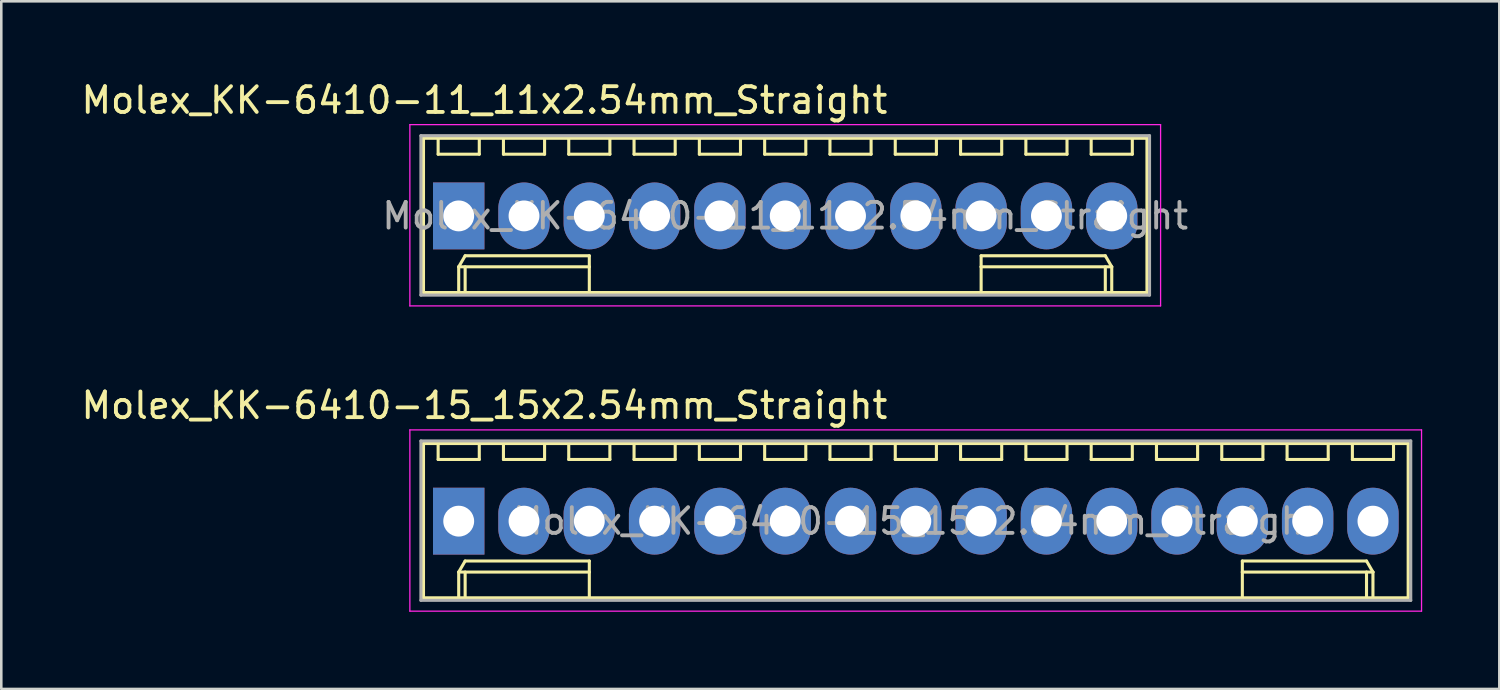
<source format=kicad_pcb>
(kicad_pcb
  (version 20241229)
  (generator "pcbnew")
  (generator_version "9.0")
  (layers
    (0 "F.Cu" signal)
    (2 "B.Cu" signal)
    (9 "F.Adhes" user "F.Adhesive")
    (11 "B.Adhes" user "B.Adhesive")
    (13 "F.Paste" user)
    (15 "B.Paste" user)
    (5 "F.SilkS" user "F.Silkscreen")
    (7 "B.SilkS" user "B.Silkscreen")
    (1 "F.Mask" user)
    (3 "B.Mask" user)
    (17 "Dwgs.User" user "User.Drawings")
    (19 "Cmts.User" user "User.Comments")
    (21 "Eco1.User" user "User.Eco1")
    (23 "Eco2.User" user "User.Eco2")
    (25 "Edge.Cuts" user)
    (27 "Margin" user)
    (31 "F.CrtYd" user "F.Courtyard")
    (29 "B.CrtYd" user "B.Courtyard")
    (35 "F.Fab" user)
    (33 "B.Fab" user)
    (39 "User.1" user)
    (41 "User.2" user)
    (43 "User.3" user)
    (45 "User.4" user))
  (footprint "Molex_KK-6410-11_11x2.54mm_Straight"
    (layer "F.Cu")
    (at 14.792 5.348)
    (property "Reference" "Molex_KK-6410-11_11x2.54mm_Straight" (at 1 -4.5 0) (layer "F.SilkS") (effects (font (size 1 1) (thickness 0.15))))
    (attr through_hole)
    (fp_line (start -1.37 -3.02) (end -1.37 2.98) (stroke (width 0.12) (type solid)) (layer "F.SilkS"))
    (fp_line (start -1.37 2.98) (end 26.77 2.98) (stroke (width 0.12) (type solid)) (layer "F.SilkS"))
    (fp_line (start -0.8 -3.02) (end -0.8 -2.4) (stroke (width 0.12) (type solid)) (layer "F.SilkS"))
    (fp_line (start -0.8 -2.4) (end 0.8 -2.4) (stroke (width 0.12) (type solid)) (layer "F.SilkS"))
    (fp_line (start 0 1.98) (end 0.25 1.55) (stroke (width 0.12) (type solid)) (layer "F.SilkS"))
    (fp_line (start 0 1.98) (end 5.08 1.98) (stroke (width 0.12) (type solid)) (layer "F.SilkS"))
    (fp_line (start 0 2.98) (end 0 1.98) (stroke (width 0.12) (type solid)) (layer "F.SilkS"))
    (fp_line (start 0.25 1.55) (end 5.08 1.55) (stroke (width 0.12) (type solid)) (layer "F.SilkS"))
    (fp_line (start 0.25 2.98) (end 0.25 1.98) (stroke (width 0.12) (type solid)) (layer "F.SilkS"))
    (fp_line (start 0.8 -2.4) (end 0.8 -3.02) (stroke (width 0.12) (type solid)) (layer "F.SilkS"))
    (fp_line (start 1.74 -3.02) (end 1.74 -2.4) (stroke (width 0.12) (type solid)) (layer "F.SilkS"))
    (fp_line (start 1.74 -2.4) (end 3.34 -2.4) (stroke (width 0.12) (type solid)) (layer "F.SilkS"))
    (fp_line (start 3.34 -2.4) (end 3.34 -3.02) (stroke (width 0.12) (type solid)) (layer "F.SilkS"))
    (fp_line (start 4.28 -3.02) (end 4.28 -2.4) (stroke (width 0.12) (type solid)) (layer "F.SilkS"))
    (fp_line (start 4.28 -2.4) (end 5.88 -2.4) (stroke (width 0.12) (type solid)) (layer "F.SilkS"))
    (fp_line (start 5.08 1.55) (end 5.08 1.98) (stroke (width 0.12) (type solid)) (layer "F.SilkS"))
    (fp_line (start 5.08 1.98) (end 5.08 2.98) (stroke (width 0.12) (type solid)) (layer "F.SilkS"))
    (fp_line (start 5.88 -2.4) (end 5.88 -3.02) (stroke (width 0.12) (type solid)) (layer "F.SilkS"))
    (fp_line (start 6.82 -3.02) (end 6.82 -2.4) (stroke (width 0.12) (type solid)) (layer "F.SilkS"))
    (fp_line (start 6.82 -2.4) (end 8.42 -2.4) (stroke (width 0.12) (type solid)) (layer "F.SilkS"))
    (fp_line (start 8.42 -2.4) (end 8.42 -3.02) (stroke (width 0.12) (type solid)) (layer "F.SilkS"))
    (fp_line (start 9.36 -3.02) (end 9.36 -2.4) (stroke (width 0.12) (type solid)) (layer "F.SilkS"))
    (fp_line (start 9.36 -2.4) (end 10.96 -2.4) (stroke (width 0.12) (type solid)) (layer "F.SilkS"))
    (fp_line (start 10.96 -2.4) (end 10.96 -3.02) (stroke (width 0.12) (type solid)) (layer "F.SilkS"))
    (fp_line (start 11.9 -3.02) (end 11.9 -2.4) (stroke (width 0.12) (type solid)) (layer "F.SilkS"))
    (fp_line (start 11.9 -2.4) (end 13.5 -2.4) (stroke (width 0.12) (type solid)) (layer "F.SilkS"))
    (fp_line (start 13.5 -2.4) (end 13.5 -3.02) (stroke (width 0.12) (type solid)) (layer "F.SilkS"))
    (fp_line (start 14.44 -3.02) (end 14.44 -2.4) (stroke (width 0.12) (type solid)) (layer "F.SilkS"))
    (fp_line (start 14.44 -2.4) (end 16.04 -2.4) (stroke (width 0.12) (type solid)) (layer "F.SilkS"))
    (fp_line (start 16.04 -2.4) (end 16.04 -3.02) (stroke (width 0.12) (type solid)) (layer "F.SilkS"))
    (fp_line (start 16.98 -3.02) (end 16.98 -2.4) (stroke (width 0.12) (type solid)) (layer "F.SilkS"))
    (fp_line (start 16.98 -2.4) (end 18.58 -2.4) (stroke (width 0.12) (type solid)) (layer "F.SilkS"))
    (fp_line (start 18.58 -2.4) (end 18.58 -3.02) (stroke (width 0.12) (type solid)) (layer "F.SilkS"))
    (fp_line (start 19.52 -3.02) (end 19.52 -2.4) (stroke (width 0.12) (type solid)) (layer "F.SilkS"))
    (fp_line (start 19.52 -2.4) (end 21.12 -2.4) (stroke (width 0.12) (type solid)) (layer "F.SilkS"))
    (fp_line (start 20.32 1.55) (end 20.32 1.98) (stroke (width 0.12) (type solid)) (layer "F.SilkS"))
    (fp_line (start 20.32 1.98) (end 20.32 2.98) (stroke (width 0.12) (type solid)) (layer "F.SilkS"))
    (fp_line (start 21.12 -2.4) (end 21.12 -3.02) (stroke (width 0.12) (type solid)) (layer "F.SilkS"))
    (fp_line (start 22.06 -3.02) (end 22.06 -2.4) (stroke (width 0.12) (type solid)) (layer "F.SilkS"))
    (fp_line (start 22.06 -2.4) (end 23.66 -2.4) (stroke (width 0.12) (type solid)) (layer "F.SilkS"))
    (fp_line (start 23.66 -2.4) (end 23.66 -3.02) (stroke (width 0.12) (type solid)) (layer "F.SilkS"))
    (fp_line (start 24.6 -3.02) (end 24.6 -2.4) (stroke (width 0.12) (type solid)) (layer "F.SilkS"))
    (fp_line (start 24.6 -2.4) (end 26.2 -2.4) (stroke (width 0.12) (type solid)) (layer "F.SilkS"))
    (fp_line (start 25.15 1.55) (end 20.32 1.55) (stroke (width 0.12) (type solid)) (layer "F.SilkS"))
    (fp_line (start 25.15 2.98) (end 25.15 1.98) (stroke (width 0.12) (type solid)) (layer "F.SilkS"))
    (fp_line (start 25.4 1.98) (end 20.32 1.98) (stroke (width 0.12) (type solid)) (layer "F.SilkS"))
    (fp_line (start 25.4 1.98) (end 25.15 1.55) (stroke (width 0.12) (type solid)) (layer "F.SilkS"))
    (fp_line (start 25.4 2.98) (end 25.4 1.98) (stroke (width 0.12) (type solid)) (layer "F.SilkS"))
    (fp_line (start 26.2 -2.4) (end 26.2 -3.02) (stroke (width 0.12) (type solid)) (layer "F.SilkS"))
    (fp_line (start 26.77 -3.02) (end -1.37 -3.02) (stroke (width 0.12) (type solid)) (layer "F.SilkS"))
    (fp_line (start 26.77 2.98) (end 26.77 -3.02) (stroke (width 0.12) (type solid)) (layer "F.SilkS"))
    (fp_line (start -1.9 -3.55) (end 27.3 -3.55) (stroke (width 0.05) (type solid)) (layer "F.CrtYd"))
    (fp_line (start -1.9 3.5) (end -1.9 -3.55) (stroke (width 0.05) (type solid)) (layer "F.CrtYd"))
    (fp_line (start 27.3 -3.55) (end 27.3 3.5) (stroke (width 0.05) (type solid)) (layer "F.CrtYd"))
    (fp_line (start 27.3 3.5) (end -1.9 3.5) (stroke (width 0.05) (type solid)) (layer "F.CrtYd"))
    (fp_line (start -1.47 -3.12) (end -1.47 3.08) (stroke (width 0.12) (type solid)) (layer "F.Fab"))
    (fp_line (start -1.47 3.08) (end 26.87 3.08) (stroke (width 0.12) (type solid)) (layer "F.Fab"))
    (fp_line (start 26.87 -3.12) (end -1.47 -3.12) (stroke (width 0.12) (type solid)) (layer "F.Fab"))
    (fp_line (start 26.87 3.08) (end 26.87 -3.12) (stroke (width 0.12) (type solid)) (layer "F.Fab"))
    (fp_text user "${REFERENCE}" (at 12.7 0 0) (layer "F.Fab") (effects (font (size 1 1) (thickness 0.15))))
    (pad "1" thru_hole rect (at 0 0) (size 2 2.6) (drill 1.2) (layers "*.Cu" "*.Mask"))
    (pad "2" thru_hole oval (at 2.54 0) (size 2 2.6) (drill 1.2) (layers "*.Cu" "*.Mask"))
    (pad "3" thru_hole oval (at 5.08 0) (size 2 2.6) (drill 1.2) (layers "*.Cu" "*.Mask"))
    (pad "4" thru_hole oval (at 7.62 0) (size 2 2.6) (drill 1.2) (layers "*.Cu" "*.Mask"))
    (pad "5" thru_hole oval (at 10.16 0) (size 2 2.6) (drill 1.2) (layers "*.Cu" "*.Mask"))
    (pad "6" thru_hole oval (at 12.7 0) (size 2 2.6) (drill 1.2) (layers "*.Cu" "*.Mask"))
    (pad "7" thru_hole oval (at 15.24 0) (size 2 2.6) (drill 1.2) (layers "*.Cu" "*.Mask"))
    (pad "8" thru_hole oval (at 17.78 0) (size 2 2.6) (drill 1.2) (layers "*.Cu" "*.Mask"))
    (pad "9" thru_hole oval (at 20.32 0) (size 2 2.6) (drill 1.2) (layers "*.Cu" "*.Mask"))
    (pad "10" thru_hole oval (at 22.86 0) (size 2 2.6) (drill 1.2) (layers "*.Cu" "*.Mask"))
    (pad "11" thru_hole oval (at 25.4 0) (size 2 2.6) (drill 1.2) (layers "*.Cu" "*.Mask")))
  (footprint "Molex_KK-6410-15_15x2.54mm_Straight"
    (layer "F.Cu")
    (at 14.792 17.221)
    (property "Reference" "Molex_KK-6410-15_15x2.54mm_Straight" (at 1 -4.5 0) (layer "F.SilkS") (effects (font (size 1 1) (thickness 0.15))))
    (attr through_hole)
    (fp_line (start -1.37 -3.02) (end -1.37 2.98) (stroke (width 0.12) (type solid)) (layer "F.SilkS"))
    (fp_line (start -1.37 2.98) (end 36.93 2.98) (stroke (width 0.12) (type solid)) (layer "F.SilkS"))
    (fp_line (start -0.8 -3.02) (end -0.8 -2.4) (stroke (width 0.12) (type solid)) (layer "F.SilkS"))
    (fp_line (start -0.8 -2.4) (end 0.8 -2.4) (stroke (width 0.12) (type solid)) (layer "F.SilkS"))
    (fp_line (start 0 1.98) (end 0.25 1.55) (stroke (width 0.12) (type solid)) (layer "F.SilkS"))
    (fp_line (start 0 1.98) (end 5.08 1.98) (stroke (width 0.12) (type solid)) (layer "F.SilkS"))
    (fp_line (start 0 2.98) (end 0 1.98) (stroke (width 0.12) (type solid)) (layer "F.SilkS"))
    (fp_line (start 0.25 1.55) (end 5.08 1.55) (stroke (width 0.12) (type solid)) (layer "F.SilkS"))
    (fp_line (start 0.25 2.98) (end 0.25 1.98) (stroke (width 0.12) (type solid)) (layer "F.SilkS"))
    (fp_line (start 0.8 -2.4) (end 0.8 -3.02) (stroke (width 0.12) (type solid)) (layer "F.SilkS"))
    (fp_line (start 1.74 -3.02) (end 1.74 -2.4) (stroke (width 0.12) (type solid)) (layer "F.SilkS"))
    (fp_line (start 1.74 -2.4) (end 3.34 -2.4) (stroke (width 0.12) (type solid)) (layer "F.SilkS"))
    (fp_line (start 3.34 -2.4) (end 3.34 -3.02) (stroke (width 0.12) (type solid)) (layer "F.SilkS"))
    (fp_line (start 4.28 -3.02) (end 4.28 -2.4) (stroke (width 0.12) (type solid)) (layer "F.SilkS"))
    (fp_line (start 4.28 -2.4) (end 5.88 -2.4) (stroke (width 0.12) (type solid)) (layer "F.SilkS"))
    (fp_line (start 5.08 1.55) (end 5.08 1.98) (stroke (width 0.12) (type solid)) (layer "F.SilkS"))
    (fp_line (start 5.08 1.98) (end 5.08 2.98) (stroke (width 0.12) (type solid)) (layer "F.SilkS"))
    (fp_line (start 5.88 -2.4) (end 5.88 -3.02) (stroke (width 0.12) (type solid)) (layer "F.SilkS"))
    (fp_line (start 6.82 -3.02) (end 6.82 -2.4) (stroke (width 0.12) (type solid)) (layer "F.SilkS"))
    (fp_line (start 6.82 -2.4) (end 8.42 -2.4) (stroke (width 0.12) (type solid)) (layer "F.SilkS"))
    (fp_line (start 8.42 -2.4) (end 8.42 -3.02) (stroke (width 0.12) (type solid)) (layer "F.SilkS"))
    (fp_line (start 9.36 -3.02) (end 9.36 -2.4) (stroke (width 0.12) (type solid)) (layer "F.SilkS"))
    (fp_line (start 9.36 -2.4) (end 10.96 -2.4) (stroke (width 0.12) (type solid)) (layer "F.SilkS"))
    (fp_line (start 10.96 -2.4) (end 10.96 -3.02) (stroke (width 0.12) (type solid)) (layer "F.SilkS"))
    (fp_line (start 11.9 -3.02) (end 11.9 -2.4) (stroke (width 0.12) (type solid)) (layer "F.SilkS"))
    (fp_line (start 11.9 -2.4) (end 13.5 -2.4) (stroke (width 0.12) (type solid)) (layer "F.SilkS"))
    (fp_line (start 13.5 -2.4) (end 13.5 -3.02) (stroke (width 0.12) (type solid)) (layer "F.SilkS"))
    (fp_line (start 14.44 -3.02) (end 14.44 -2.4) (stroke (width 0.12) (type solid)) (layer "F.SilkS"))
    (fp_line (start 14.44 -2.4) (end 16.04 -2.4) (stroke (width 0.12) (type solid)) (layer "F.SilkS"))
    (fp_line (start 16.04 -2.4) (end 16.04 -3.02) (stroke (width 0.12) (type solid)) (layer "F.SilkS"))
    (fp_line (start 16.98 -3.02) (end 16.98 -2.4) (stroke (width 0.12) (type solid)) (layer "F.SilkS"))
    (fp_line (start 16.98 -2.4) (end 18.58 -2.4) (stroke (width 0.12) (type solid)) (layer "F.SilkS"))
    (fp_line (start 18.58 -2.4) (end 18.58 -3.02) (stroke (width 0.12) (type solid)) (layer "F.SilkS"))
    (fp_line (start 19.52 -3.02) (end 19.52 -2.4) (stroke (width 0.12) (type solid)) (layer "F.SilkS"))
    (fp_line (start 19.52 -2.4) (end 21.12 -2.4) (stroke (width 0.12) (type solid)) (layer "F.SilkS"))
    (fp_line (start 21.12 -2.4) (end 21.12 -3.02) (stroke (width 0.12) (type solid)) (layer "F.SilkS"))
    (fp_line (start 22.06 -3.02) (end 22.06 -2.4) (stroke (width 0.12) (type solid)) (layer "F.SilkS"))
    (fp_line (start 22.06 -2.4) (end 23.66 -2.4) (stroke (width 0.12) (type solid)) (layer "F.SilkS"))
    (fp_line (start 23.66 -2.4) (end 23.66 -3.02) (stroke (width 0.12) (type solid)) (layer "F.SilkS"))
    (fp_line (start 24.6 -3.02) (end 24.6 -2.4) (stroke (width 0.12) (type solid)) (layer "F.SilkS"))
    (fp_line (start 24.6 -2.4) (end 26.2 -2.4) (stroke (width 0.12) (type solid)) (layer "F.SilkS"))
    (fp_line (start 26.2 -2.4) (end 26.2 -3.02) (stroke (width 0.12) (type solid)) (layer "F.SilkS"))
    (fp_line (start 27.14 -3.02) (end 27.14 -2.4) (stroke (width 0.12) (type solid)) (layer "F.SilkS"))
    (fp_line (start 27.14 -2.4) (end 28.74 -2.4) (stroke (width 0.12) (type solid)) (layer "F.SilkS"))
    (fp_line (start 28.74 -2.4) (end 28.74 -3.02) (stroke (width 0.12) (type solid)) (layer "F.SilkS"))
    (fp_line (start 29.68 -3.02) (end 29.68 -2.4) (stroke (width 0.12) (type solid)) (layer "F.SilkS"))
    (fp_line (start 29.68 -2.4) (end 31.28 -2.4) (stroke (width 0.12) (type solid)) (layer "F.SilkS"))
    (fp_line (start 30.48 1.55) (end 30.48 1.98) (stroke (width 0.12) (type solid)) (layer "F.SilkS"))
    (fp_line (start 30.48 1.98) (end 30.48 2.98) (stroke (width 0.12) (type solid)) (layer "F.SilkS"))
    (fp_line (start 31.28 -2.4) (end 31.28 -3.02) (stroke (width 0.12) (type solid)) (layer "F.SilkS"))
    (fp_line (start 32.22 -3.02) (end 32.22 -2.4) (stroke (width 0.12) (type solid)) (layer "F.SilkS"))
    (fp_line (start 32.22 -2.4) (end 33.82 -2.4) (stroke (width 0.12) (type solid)) (layer "F.SilkS"))
    (fp_line (start 33.82 -2.4) (end 33.82 -3.02) (stroke (width 0.12) (type solid)) (layer "F.SilkS"))
    (fp_line (start 34.76 -3.02) (end 34.76 -2.4) (stroke (width 0.12) (type solid)) (layer "F.SilkS"))
    (fp_line (start 34.76 -2.4) (end 36.36 -2.4) (stroke (width 0.12) (type solid)) (layer "F.SilkS"))
    (fp_line (start 35.31 1.55) (end 30.48 1.55) (stroke (width 0.12) (type solid)) (layer "F.SilkS"))
    (fp_line (start 35.31 2.98) (end 35.31 1.98) (stroke (width 0.12) (type solid)) (layer "F.SilkS"))
    (fp_line (start 35.56 1.98) (end 30.48 1.98) (stroke (width 0.12) (type solid)) (layer "F.SilkS"))
    (fp_line (start 35.56 1.98) (end 35.31 1.55) (stroke (width 0.12) (type solid)) (layer "F.SilkS"))
    (fp_line (start 35.56 2.98) (end 35.56 1.98) (stroke (width 0.12) (type solid)) (layer "F.SilkS"))
    (fp_line (start 36.36 -2.4) (end 36.36 -3.02) (stroke (width 0.12) (type solid)) (layer "F.SilkS"))
    (fp_line (start 36.93 -3.02) (end -1.37 -3.02) (stroke (width 0.12) (type solid)) (layer "F.SilkS"))
    (fp_line (start 36.93 2.98) (end 36.93 -3.02) (stroke (width 0.12) (type solid)) (layer "F.SilkS"))
    (fp_line (start -1.9 -3.55) (end 37.45 -3.55) (stroke (width 0.05) (type solid)) (layer "F.CrtYd"))
    (fp_line (start -1.9 3.5) (end -1.9 -3.55) (stroke (width 0.05) (type solid)) (layer "F.CrtYd"))
    (fp_line (start 37.45 -3.55) (end 37.45 3.5) (stroke (width 0.05) (type solid)) (layer "F.CrtYd"))
    (fp_line (start 37.45 3.5) (end -1.9 3.5) (stroke (width 0.05) (type solid)) (layer "F.CrtYd"))
    (fp_line (start -1.47 -3.12) (end -1.47 3.08) (stroke (width 0.12) (type solid)) (layer "F.Fab"))
    (fp_line (start -1.47 3.08) (end 37.03 3.08) (stroke (width 0.12) (type solid)) (layer "F.Fab"))
    (fp_line (start 37.03 -3.12) (end -1.47 -3.12) (stroke (width 0.12) (type solid)) (layer "F.Fab"))
    (fp_line (start 37.03 3.08) (end 37.03 -3.12) (stroke (width 0.12) (type solid)) (layer "F.Fab"))
    (fp_text user "${REFERENCE}" (at 17.78 0 0) (layer "F.Fab") (effects (font (size 1 1) (thickness 0.15))))
    (pad "1" thru_hole rect (at 0 0) (size 2 2.6) (drill 1.2) (layers "*.Cu" "*.Mask"))
    (pad "2" thru_hole oval (at 2.54 0) (size 2 2.6) (drill 1.2) (layers "*.Cu" "*.Mask"))
    (pad "3" thru_hole oval (at 5.08 0) (size 2 2.6) (drill 1.2) (layers "*.Cu" "*.Mask"))
    (pad "4" thru_hole oval (at 7.62 0) (size 2 2.6) (drill 1.2) (layers "*.Cu" "*.Mask"))
    (pad "5" thru_hole oval (at 10.16 0) (size 2 2.6) (drill 1.2) (layers "*.Cu" "*.Mask"))
    (pad "6" thru_hole oval (at 12.7 0) (size 2 2.6) (drill 1.2) (layers "*.Cu" "*.Mask"))
    (pad "7" thru_hole oval (at 15.24 0) (size 2 2.6) (drill 1.2) (layers "*.Cu" "*.Mask"))
    (pad "8" thru_hole oval (at 17.78 0) (size 2 2.6) (drill 1.2) (layers "*.Cu" "*.Mask"))
    (pad "9" thru_hole oval (at 20.32 0) (size 2 2.6) (drill 1.2) (layers "*.Cu" "*.Mask"))
    (pad "10" thru_hole oval (at 22.86 0) (size 2 2.6) (drill 1.2) (layers "*.Cu" "*.Mask"))
    (pad "11" thru_hole oval (at 25.4 0) (size 2 2.6) (drill 1.2) (layers "*.Cu" "*.Mask"))
    (pad "12" thru_hole oval (at 27.94 0) (size 2 2.6) (drill 1.2) (layers "*.Cu" "*.Mask"))
    (pad "13" thru_hole oval (at 30.48 0) (size 2 2.6) (drill 1.2) (layers "*.Cu" "*.Mask"))
    (pad "14" thru_hole oval (at 33.02 0) (size 2 2.6) (drill 1.2) (layers "*.Cu" "*.Mask"))
    (pad "15" thru_hole oval (at 35.56 0) (size 2 2.6) (drill 1.2) (layers "*.Cu" "*.Mask")))
  (gr_rect
    (start -3 -3)
    (end 55.267 23.747)
    (stroke (width 0.1) (type default))
    (fill no)
    (layer "Edge.Cuts")))
</source>
